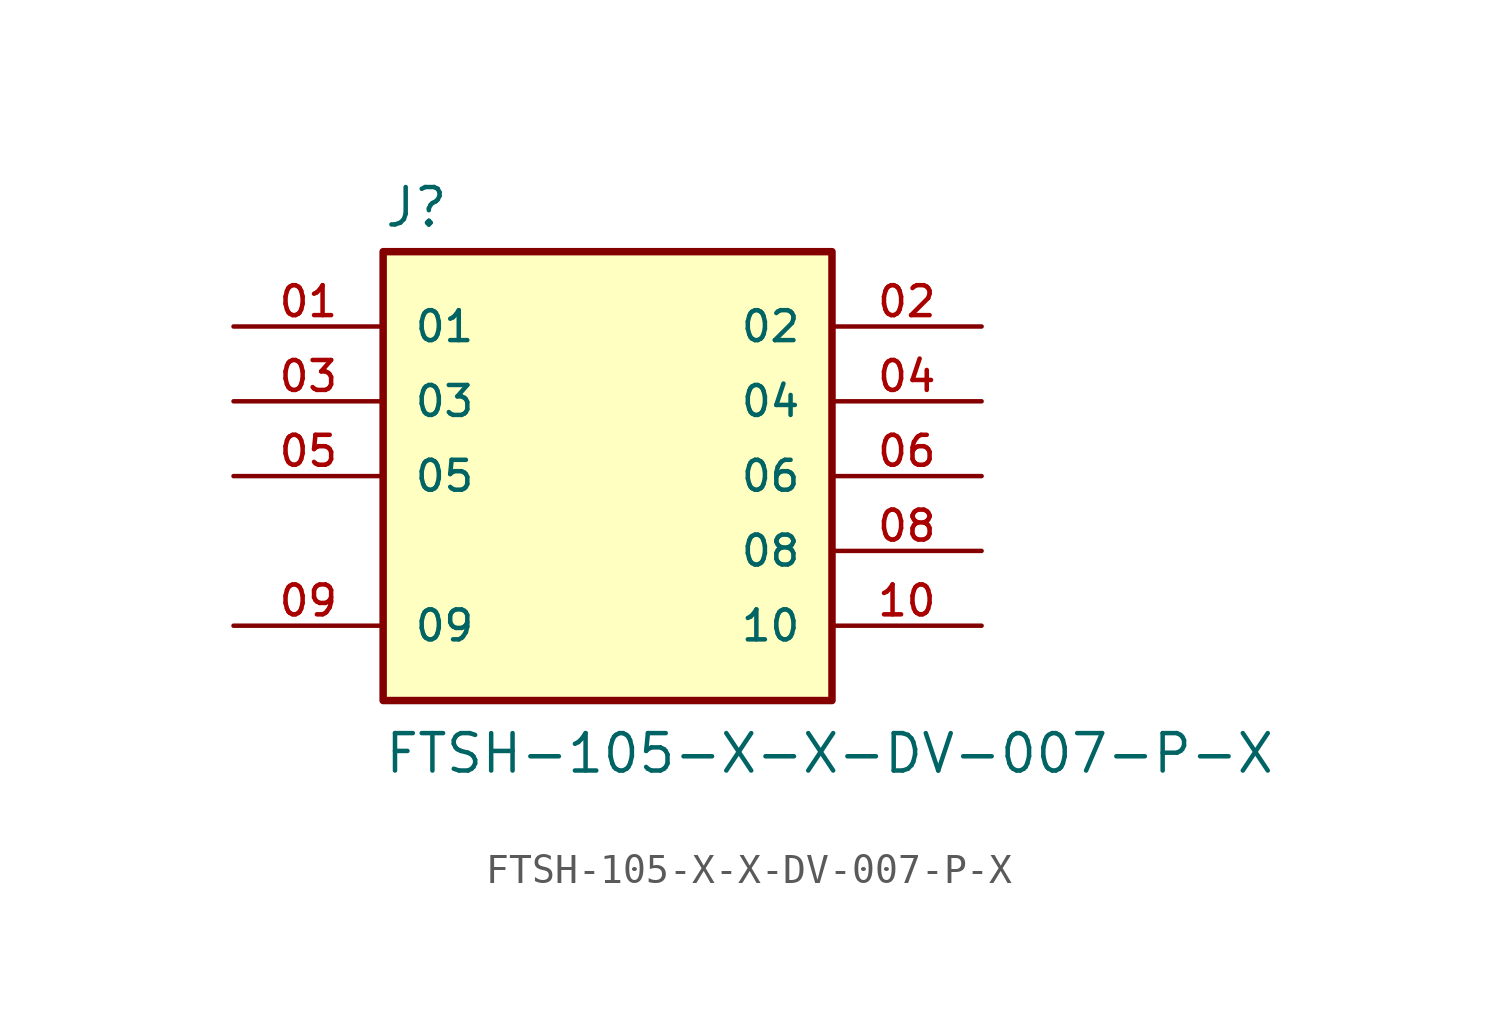
<source format=kicad_sym>
(kicad_symbol_lib
  (version 20211014)
  (generator kicad_symbol_editor)
  (symbol "FTSH-105-X-X-DV-007-P-X"
    (pin_names
      (offset 1.016))
    (property "Reference" "J"
      (at -7.62 8.382 0)
      (effects (font (size 1.27 1.27)) (justify bottom left)))
    (property "Value" "FTSH-105-X-X-DV-007-P-X"
      (at -7.62 -10.16 0)
      (effects (font (size 1.27 1.27)) (justify bottom left)))
    (symbol "FTSH-105-X-X-DV-007-P-X_0_0"
      (rectangle (start -7.62 -7.62) (end 7.62 7.62) (stroke (width 0.254)) (fill (type background)))
      (pin passive line (at -12.7 5.08 0) (length 5.08) (name "01" (effects (font (size 1.016 1.016)))) (number "01" (effects (font (size 1.016 1.016)))))
      (pin passive line (at 12.7 5.08 180.0) (length 5.08) (name "02" (effects (font (size 1.016 1.016)))) (number "02" (effects (font (size 1.016 1.016)))))
      (pin passive line (at -12.7 2.54 0) (length 5.08) (name "03" (effects (font (size 1.016 1.016)))) (number "03" (effects (font (size 1.016 1.016)))))
      (pin passive line (at 12.7 2.54 180.0) (length 5.08) (name "04" (effects (font (size 1.016 1.016)))) (number "04" (effects (font (size 1.016 1.016)))))
      (pin passive line (at -12.7 0.0 0) (length 5.08) (name "05" (effects (font (size 1.016 1.016)))) (number "05" (effects (font (size 1.016 1.016)))))
      (pin passive line (at 12.7 0.0 180.0) (length 5.08) (name "06" (effects (font (size 1.016 1.016)))) (number "06" (effects (font (size 1.016 1.016)))))
      (pin passive line (at 12.7 -2.54 180.0) (length 5.08) (name "08" (effects (font (size 1.016 1.016)))) (number "08" (effects (font (size 1.016 1.016)))))
      (pin passive line (at -12.7 -5.08 0) (length 5.08) (name "09" (effects (font (size 1.016 1.016)))) (number "09" (effects (font (size 1.016 1.016)))))
      (pin passive line (at 12.7 -5.08 180.0) (length 5.08) (name "10" (effects (font (size 1.016 1.016)))) (number "10" (effects (font (size 1.016 1.016))))))))
</source>
